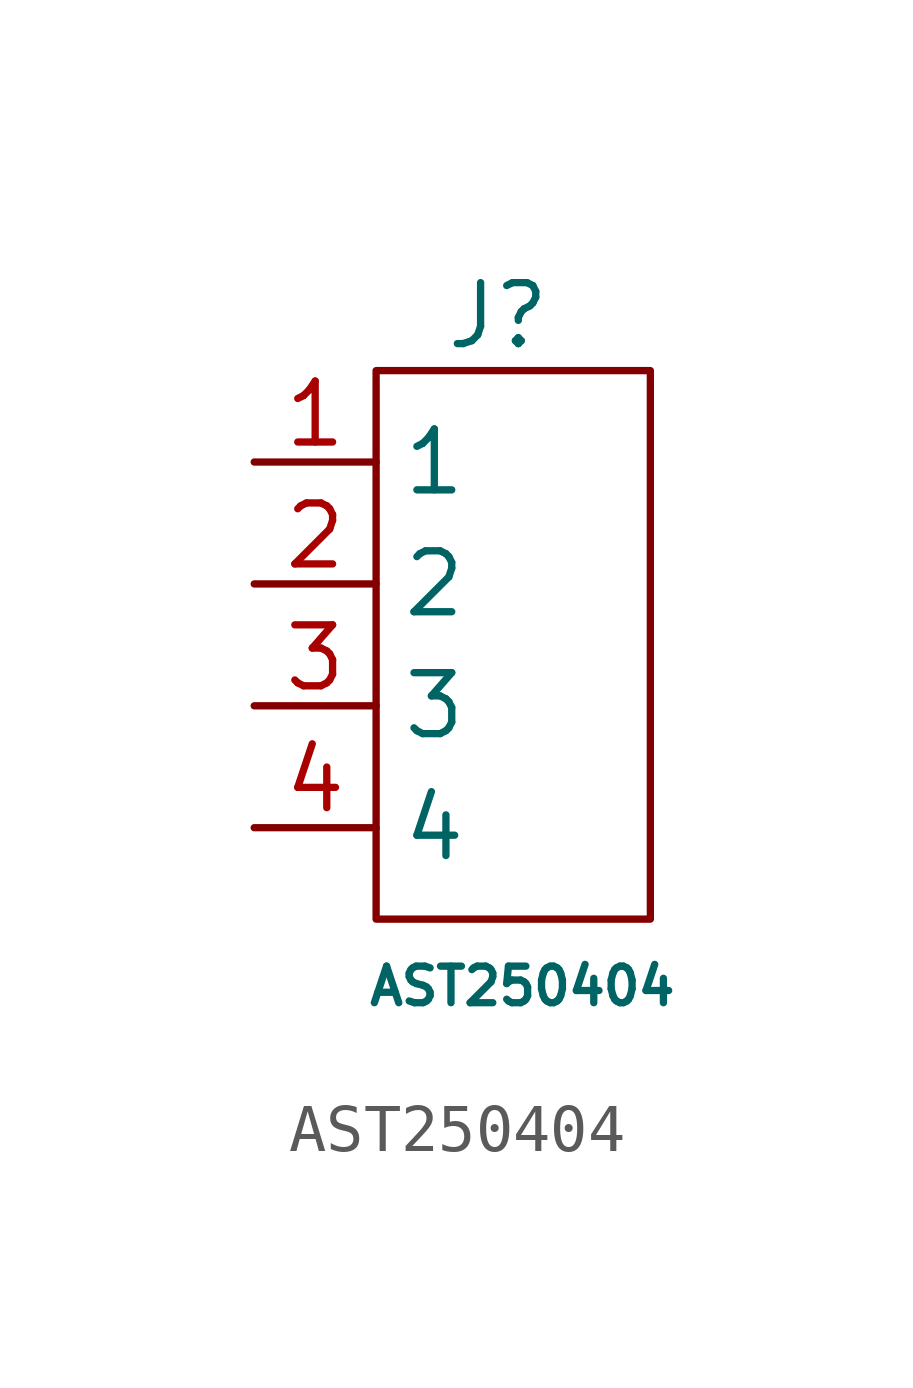
<source format=kicad_sym>
(kicad_symbol_lib
  (version 20231120)
  (generator "kicad_symbol_editor")
  (generator_version "8.0")
  (symbol "AST250404"
    (property "Reference" "J"
      (at 5.08 3.048 0)
      (effects (font (size 1.27 1.27))))
    (property "Value" "AST250404"
      (at 5.588 -10.922 0)
      (effects (font (size 0.762 0.762))))
    (symbol "AST250404_0_1"
      (rectangle (start 2.54 1.905) (end 8.255 -9.525) (stroke (width 0) (type default)) (fill (type none))))
    (symbol "AST250404_1_1"
      (pin passive line (at 0 0 0) (length 2.54) (name "1" (effects (font (size 1.27 1.27)))) (number "1" (effects (font (size 1.27 1.27)))))
      (pin passive line (at 0 -2.54 0) (length 2.54) (name "2" (effects (font (size 1.27 1.27)))) (number "2" (effects (font (size 1.27 1.27)))))
      (pin passive line (at 0 -5.08 0) (length 2.54) (name "3" (effects (font (size 1.27 1.27)))) (number "3" (effects (font (size 1.27 1.27)))))
      (pin passive line (at 0 -7.62 0) (length 2.54) (name "4" (effects (font (size 1.27 1.27)))) (number "4" (effects (font (size 1.27 1.27))))))))
</source>
